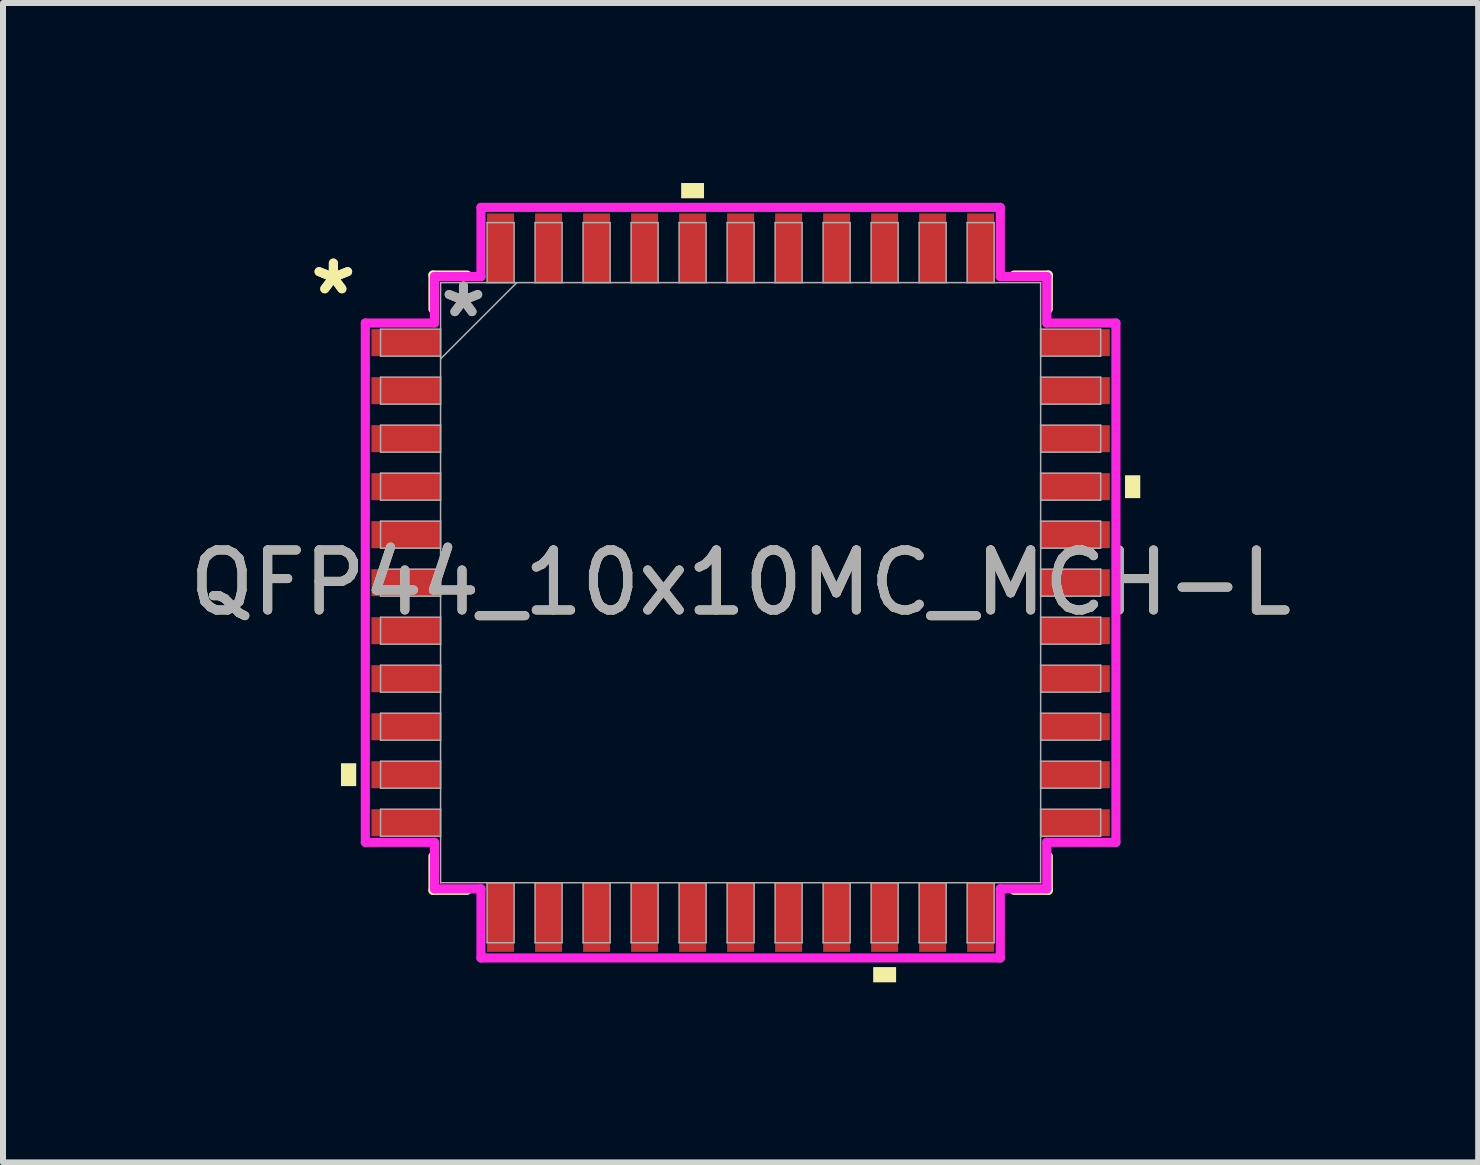
<source format=kicad_pcb>
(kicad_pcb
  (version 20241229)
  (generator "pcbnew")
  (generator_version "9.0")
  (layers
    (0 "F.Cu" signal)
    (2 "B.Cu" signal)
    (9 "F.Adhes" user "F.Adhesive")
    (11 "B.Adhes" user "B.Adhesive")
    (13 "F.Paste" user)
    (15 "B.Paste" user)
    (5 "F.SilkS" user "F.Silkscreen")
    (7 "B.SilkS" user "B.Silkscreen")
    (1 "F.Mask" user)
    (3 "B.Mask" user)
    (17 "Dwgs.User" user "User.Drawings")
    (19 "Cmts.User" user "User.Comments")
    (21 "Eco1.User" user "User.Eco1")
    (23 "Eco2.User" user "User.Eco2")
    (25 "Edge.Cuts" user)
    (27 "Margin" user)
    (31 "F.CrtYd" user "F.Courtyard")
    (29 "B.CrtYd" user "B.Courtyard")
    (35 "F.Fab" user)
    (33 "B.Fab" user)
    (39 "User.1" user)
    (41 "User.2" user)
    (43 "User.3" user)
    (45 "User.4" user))
  (footprint "QFP44_10x10MC_MCH-L"
    (layer "F.Cu")
    (at 9.292 6.66)
    (property "Reference" "QFP44_10x10MC_MCH-L" (at 0 0 0) (unlocked yes) (layer "F.SilkS") (effects (font (size 1 1) (thickness 0.15))))
    (attr smd)
    (fp_line (start -5.127 -5.127) (end -5.127 -4.558) (stroke (width 0.152) (type solid)) (layer "F.SilkS"))
    (fp_line (start -5.127 4.558) (end -5.127 5.127) (stroke (width 0.152) (type solid)) (layer "F.SilkS"))
    (fp_line (start -5.127 5.127) (end -4.558 5.127) (stroke (width 0.152) (type solid)) (layer "F.SilkS"))
    (fp_line (start -4.558 -5.127) (end -5.127 -5.127) (stroke (width 0.152) (type solid)) (layer "F.SilkS"))
    (fp_line (start 4.558 5.127) (end 5.127 5.127) (stroke (width 0.152) (type solid)) (layer "F.SilkS"))
    (fp_line (start 5.127 -5.127) (end 4.558 -5.127) (stroke (width 0.152) (type solid)) (layer "F.SilkS"))
    (fp_line (start 5.127 -4.558) (end 5.127 -5.127) (stroke (width 0.152) (type solid)) (layer "F.SilkS"))
    (fp_line (start 5.127 5.127) (end 5.127 4.558) (stroke (width 0.152) (type solid)) (layer "F.SilkS"))
    (fp_poly (pts (xy -6.66 3.009) (xy -6.66 3.39) (xy -6.406 3.39) (xy -6.406 3.009)) (stroke (width 0) (type solid)) (fill yes) (layer "F.SilkS"))
    (fp_poly (pts (xy -0.991 -6.406) (xy -0.991 -6.66) (xy -0.61 -6.66) (xy -0.61 -6.406)) (stroke (width 0) (type solid)) (fill yes) (layer "F.SilkS"))
    (fp_poly (pts (xy 2.209 6.406) (xy 2.209 6.66) (xy 2.591 6.66) (xy 2.591 6.406)) (stroke (width 0) (type solid)) (fill yes) (layer "F.SilkS"))
    (fp_poly (pts (xy 6.66 -1.79) (xy 6.66 -1.409) (xy 6.406 -1.409) (xy 6.406 -1.79)) (stroke (width 0) (type solid)) (fill yes) (layer "F.SilkS"))
    (fp_line (start -6.254 -4.327) (end -5.102 -4.327) (stroke (width 0.152) (type solid)) (layer "F.CrtYd"))
    (fp_line (start -6.254 4.327) (end -6.254 -4.327) (stroke (width 0.152) (type solid)) (layer "F.CrtYd"))
    (fp_line (start -5.102 -5.102) (end -4.327 -5.102) (stroke (width 0.152) (type solid)) (layer "F.CrtYd"))
    (fp_line (start -5.102 -4.327) (end -5.102 -5.102) (stroke (width 0.152) (type solid)) (layer "F.CrtYd"))
    (fp_line (start -5.102 4.327) (end -6.254 4.327) (stroke (width 0.152) (type solid)) (layer "F.CrtYd"))
    (fp_line (start -5.102 5.102) (end -5.102 4.327) (stroke (width 0.152) (type solid)) (layer "F.CrtYd"))
    (fp_line (start -5.102 5.102) (end -4.327 5.102) (stroke (width 0.152) (type solid)) (layer "F.CrtYd"))
    (fp_line (start -4.327 -6.254) (end 4.327 -6.254) (stroke (width 0.152) (type solid)) (layer "F.CrtYd"))
    (fp_line (start -4.327 -5.102) (end -4.327 -6.254) (stroke (width 0.152) (type solid)) (layer "F.CrtYd"))
    (fp_line (start -4.327 5.102) (end -4.327 6.254) (stroke (width 0.152) (type solid)) (layer "F.CrtYd"))
    (fp_line (start -4.327 6.254) (end 4.327 6.254) (stroke (width 0.152) (type solid)) (layer "F.CrtYd"))
    (fp_line (start 4.327 -6.254) (end 4.327 -5.102) (stroke (width 0.152) (type solid)) (layer "F.CrtYd"))
    (fp_line (start 4.327 -5.102) (end 5.102 -5.102) (stroke (width 0.152) (type solid)) (layer "F.CrtYd"))
    (fp_line (start 4.327 5.102) (end 5.102 5.102) (stroke (width 0.152) (type solid)) (layer "F.CrtYd"))
    (fp_line (start 4.327 6.254) (end 4.327 5.102) (stroke (width 0.152) (type solid)) (layer "F.CrtYd"))
    (fp_line (start 5.102 -4.327) (end 5.102 -5.102) (stroke (width 0.152) (type solid)) (layer "F.CrtYd"))
    (fp_line (start 5.102 4.327) (end 6.254 4.327) (stroke (width 0.152) (type solid)) (layer "F.CrtYd"))
    (fp_line (start 5.102 5.102) (end 5.102 4.327) (stroke (width 0.152) (type solid)) (layer "F.CrtYd"))
    (fp_line (start 6.254 -4.327) (end 5.102 -4.327) (stroke (width 0.152) (type solid)) (layer "F.CrtYd"))
    (fp_line (start 6.254 4.327) (end 6.254 -4.327) (stroke (width 0.152) (type solid)) (layer "F.CrtYd"))
    (fp_line (start -6 -4.225) (end -6 -3.775) (stroke (width 0.025) (type solid)) (layer "F.Fab"))
    (fp_line (start -6 -3.775) (end -5 -3.775) (stroke (width 0.025) (type solid)) (layer "F.Fab"))
    (fp_line (start -6 -3.425) (end -6 -2.975) (stroke (width 0.025) (type solid)) (layer "F.Fab"))
    (fp_line (start -6 -2.975) (end -5 -2.975) (stroke (width 0.025) (type solid)) (layer "F.Fab"))
    (fp_line (start -6 -2.625) (end -6 -2.175) (stroke (width 0.025) (type solid)) (layer "F.Fab"))
    (fp_line (start -6 -2.175) (end -5 -2.175) (stroke (width 0.025) (type solid)) (layer "F.Fab"))
    (fp_line (start -6 -1.825) (end -6 -1.375) (stroke (width 0.025) (type solid)) (layer "F.Fab"))
    (fp_line (start -6 -1.375) (end -5 -1.375) (stroke (width 0.025) (type solid)) (layer "F.Fab"))
    (fp_line (start -6 -1.025) (end -6 -0.575) (stroke (width 0.025) (type solid)) (layer "F.Fab"))
    (fp_line (start -6 -0.575) (end -5 -0.575) (stroke (width 0.025) (type solid)) (layer "F.Fab"))
    (fp_line (start -6 -0.225) (end -6 0.225) (stroke (width 0.025) (type solid)) (layer "F.Fab"))
    (fp_line (start -6 0.225) (end -5 0.225) (stroke (width 0.025) (type solid)) (layer "F.Fab"))
    (fp_line (start -6 0.575) (end -6 1.025) (stroke (width 0.025) (type solid)) (layer "F.Fab"))
    (fp_line (start -6 1.025) (end -5 1.025) (stroke (width 0.025) (type solid)) (layer "F.Fab"))
    (fp_line (start -6 1.375) (end -6 1.825) (stroke (width 0.025) (type solid)) (layer "F.Fab"))
    (fp_line (start -6 1.825) (end -5 1.825) (stroke (width 0.025) (type solid)) (layer "F.Fab"))
    (fp_line (start -6 2.175) (end -6 2.625) (stroke (width 0.025) (type solid)) (layer "F.Fab"))
    (fp_line (start -6 2.625) (end -5 2.625) (stroke (width 0.025) (type solid)) (layer "F.Fab"))
    (fp_line (start -6 2.975) (end -6 3.425) (stroke (width 0.025) (type solid)) (layer "F.Fab"))
    (fp_line (start -6 3.425) (end -5 3.425) (stroke (width 0.025) (type solid)) (layer "F.Fab"))
    (fp_line (start -6 3.775) (end -6 4.225) (stroke (width 0.025) (type solid)) (layer "F.Fab"))
    (fp_line (start -6 4.225) (end -5 4.225) (stroke (width 0.025) (type solid)) (layer "F.Fab"))
    (fp_line (start -5 -5) (end -5 5) (stroke (width 0.025) (type solid)) (layer "F.Fab"))
    (fp_line (start -5 -4.225) (end -6 -4.225) (stroke (width 0.025) (type solid)) (layer "F.Fab"))
    (fp_line (start -5 -3.775) (end -5 -4.225) (stroke (width 0.025) (type solid)) (layer "F.Fab"))
    (fp_line (start -5 -3.73) (end -3.73 -5) (stroke (width 0.025) (type solid)) (layer "F.Fab"))
    (fp_line (start -5 -3.425) (end -6 -3.425) (stroke (width 0.025) (type solid)) (layer "F.Fab"))
    (fp_line (start -5 -2.975) (end -5 -3.425) (stroke (width 0.025) (type solid)) (layer "F.Fab"))
    (fp_line (start -5 -2.625) (end -6 -2.625) (stroke (width 0.025) (type solid)) (layer "F.Fab"))
    (fp_line (start -5 -2.175) (end -5 -2.625) (stroke (width 0.025) (type solid)) (layer "F.Fab"))
    (fp_line (start -5 -1.825) (end -6 -1.825) (stroke (width 0.025) (type solid)) (layer "F.Fab"))
    (fp_line (start -5 -1.375) (end -5 -1.825) (stroke (width 0.025) (type solid)) (layer "F.Fab"))
    (fp_line (start -5 -1.025) (end -6 -1.025) (stroke (width 0.025) (type solid)) (layer "F.Fab"))
    (fp_line (start -5 -0.575) (end -5 -1.025) (stroke (width 0.025) (type solid)) (layer "F.Fab"))
    (fp_line (start -5 -0.225) (end -6 -0.225) (stroke (width 0.025) (type solid)) (layer "F.Fab"))
    (fp_line (start -5 0.225) (end -5 -0.225) (stroke (width 0.025) (type solid)) (layer "F.Fab"))
    (fp_line (start -5 0.575) (end -6 0.575) (stroke (width 0.025) (type solid)) (layer "F.Fab"))
    (fp_line (start -5 1.025) (end -5 0.575) (stroke (width 0.025) (type solid)) (layer "F.Fab"))
    (fp_line (start -5 1.375) (end -6 1.375) (stroke (width 0.025) (type solid)) (layer "F.Fab"))
    (fp_line (start -5 1.825) (end -5 1.375) (stroke (width 0.025) (type solid)) (layer "F.Fab"))
    (fp_line (start -5 2.175) (end -6 2.175) (stroke (width 0.025) (type solid)) (layer "F.Fab"))
    (fp_line (start -5 2.625) (end -5 2.175) (stroke (width 0.025) (type solid)) (layer "F.Fab"))
    (fp_line (start -5 2.975) (end -6 2.975) (stroke (width 0.025) (type solid)) (layer "F.Fab"))
    (fp_line (start -5 3.425) (end -5 2.975) (stroke (width 0.025) (type solid)) (layer "F.Fab"))
    (fp_line (start -5 3.775) (end -6 3.775) (stroke (width 0.025) (type solid)) (layer "F.Fab"))
    (fp_line (start -5 4.225) (end -5 3.775) (stroke (width 0.025) (type solid)) (layer "F.Fab"))
    (fp_line (start -5 5) (end 5 5) (stroke (width 0.025) (type solid)) (layer "F.Fab"))
    (fp_line (start -4.225 5) (end -4.225 6) (stroke (width 0.025) (type solid)) (layer "F.Fab"))
    (fp_line (start -4.225 6) (end -3.775 6) (stroke (width 0.025) (type solid)) (layer "F.Fab"))
    (fp_line (start -4.225 -6) (end -4.225 -5) (stroke (width 0.025) (type solid)) (layer "F.Fab"))
    (fp_line (start -4.225 -5) (end -3.775 -5) (stroke (width 0.025) (type solid)) (layer "F.Fab"))
    (fp_line (start -3.775 5) (end -4.225 5) (stroke (width 0.025) (type solid)) (layer "F.Fab"))
    (fp_line (start -3.775 6) (end -3.775 5) (stroke (width 0.025) (type solid)) (layer "F.Fab"))
    (fp_line (start -3.775 -6) (end -4.225 -6) (stroke (width 0.025) (type solid)) (layer "F.Fab"))
    (fp_line (start -3.775 -5) (end -3.775 -6) (stroke (width 0.025) (type solid)) (layer "F.Fab"))
    (fp_line (start -3.425 -6) (end -3.425 -5) (stroke (width 0.025) (type solid)) (layer "F.Fab"))
    (fp_line (start -3.425 -5) (end -2.975 -5) (stroke (width 0.025) (type solid)) (layer "F.Fab"))
    (fp_line (start -3.425 5) (end -3.425 6) (stroke (width 0.025) (type solid)) (layer "F.Fab"))
    (fp_line (start -3.425 6) (end -2.975 6) (stroke (width 0.025) (type solid)) (layer "F.Fab"))
    (fp_line (start -2.975 5) (end -3.425 5) (stroke (width 0.025) (type solid)) (layer "F.Fab"))
    (fp_line (start -2.975 6) (end -2.975 5) (stroke (width 0.025) (type solid)) (layer "F.Fab"))
    (fp_line (start -2.975 -6) (end -3.425 -6) (stroke (width 0.025) (type solid)) (layer "F.Fab"))
    (fp_line (start -2.975 -5) (end -2.975 -6) (stroke (width 0.025) (type solid)) (layer "F.Fab"))
    (fp_line (start -2.625 -6) (end -2.625 -5) (stroke (width 0.025) (type solid)) (layer "F.Fab"))
    (fp_line (start -2.625 -5) (end -2.175 -5) (stroke (width 0.025) (type solid)) (layer "F.Fab"))
    (fp_line (start -2.625 5) (end -2.625 6) (stroke (width 0.025) (type solid)) (layer "F.Fab"))
    (fp_line (start -2.625 6) (end -2.175 6) (stroke (width 0.025) (type solid)) (layer "F.Fab"))
    (fp_line (start -2.175 -6) (end -2.625 -6) (stroke (width 0.025) (type solid)) (layer "F.Fab"))
    (fp_line (start -2.175 -5) (end -2.175 -6) (stroke (width 0.025) (type solid)) (layer "F.Fab"))
    (fp_line (start -2.175 5) (end -2.625 5) (stroke (width 0.025) (type solid)) (layer "F.Fab"))
    (fp_line (start -2.175 6) (end -2.175 5) (stroke (width 0.025) (type solid)) (layer "F.Fab"))
    (fp_line (start -1.825 -6) (end -1.825 -5) (stroke (width 0.025) (type solid)) (layer "F.Fab"))
    (fp_line (start -1.825 -5) (end -1.375 -5) (stroke (width 0.025) (type solid)) (layer "F.Fab"))
    (fp_line (start -1.825 5) (end -1.825 6) (stroke (width 0.025) (type solid)) (layer "F.Fab"))
    (fp_line (start -1.825 6) (end -1.375 6) (stroke (width 0.025) (type solid)) (layer "F.Fab"))
    (fp_line (start -1.375 -6) (end -1.825 -6) (stroke (width 0.025) (type solid)) (layer "F.Fab"))
    (fp_line (start -1.375 -5) (end -1.375 -6) (stroke (width 0.025) (type solid)) (layer "F.Fab"))
    (fp_line (start -1.375 5) (end -1.825 5) (stroke (width 0.025) (type solid)) (layer "F.Fab"))
    (fp_line (start -1.375 6) (end -1.375 5) (stroke (width 0.025) (type solid)) (layer "F.Fab"))
    (fp_line (start -1.025 -6) (end -1.025 -5) (stroke (width 0.025) (type solid)) (layer "F.Fab"))
    (fp_line (start -1.025 -5) (end -0.575 -5) (stroke (width 0.025) (type solid)) (layer "F.Fab"))
    (fp_line (start -1.025 5) (end -1.025 6) (stroke (width 0.025) (type solid)) (layer "F.Fab"))
    (fp_line (start -1.025 6) (end -0.575 6) (stroke (width 0.025) (type solid)) (layer "F.Fab"))
    (fp_line (start -0.575 -6) (end -1.025 -6) (stroke (width 0.025) (type solid)) (layer "F.Fab"))
    (fp_line (start -0.575 -5) (end -0.575 -6) (stroke (width 0.025) (type solid)) (layer "F.Fab"))
    (fp_line (start -0.575 5) (end -1.025 5) (stroke (width 0.025) (type solid)) (layer "F.Fab"))
    (fp_line (start -0.575 6) (end -0.575 5) (stroke (width 0.025) (type solid)) (layer "F.Fab"))
    (fp_line (start -0.225 -6) (end -0.225 -5) (stroke (width 0.025) (type solid)) (layer "F.Fab"))
    (fp_line (start -0.225 -5) (end 0.225 -5) (stroke (width 0.025) (type solid)) (layer "F.Fab"))
    (fp_line (start -0.225 5) (end -0.225 6) (stroke (width 0.025) (type solid)) (layer "F.Fab"))
    (fp_line (start -0.225 6) (end 0.225 6) (stroke (width 0.025) (type solid)) (layer "F.Fab"))
    (fp_line (start 0.225 -6) (end -0.225 -6) (stroke (width 0.025) (type solid)) (layer "F.Fab"))
    (fp_line (start 0.225 -5) (end 0.225 -6) (stroke (width 0.025) (type solid)) (layer "F.Fab"))
    (fp_line (start 0.225 5) (end -0.225 5) (stroke (width 0.025) (type solid)) (layer "F.Fab"))
    (fp_line (start 0.225 6) (end 0.225 5) (stroke (width 0.025) (type solid)) (layer "F.Fab"))
    (fp_line (start 0.575 -6) (end 0.575 -5) (stroke (width 0.025) (type solid)) (layer "F.Fab"))
    (fp_line (start 0.575 -5) (end 1.025 -5) (stroke (width 0.025) (type solid)) (layer "F.Fab"))
    (fp_line (start 0.575 5) (end 0.575 6) (stroke (width 0.025) (type solid)) (layer "F.Fab"))
    (fp_line (start 0.575 6) (end 1.025 6) (stroke (width 0.025) (type solid)) (layer "F.Fab"))
    (fp_line (start 1.025 -6) (end 0.575 -6) (stroke (width 0.025) (type solid)) (layer "F.Fab"))
    (fp_line (start 1.025 -5) (end 1.025 -6) (stroke (width 0.025) (type solid)) (layer "F.Fab"))
    (fp_line (start 1.025 5) (end 0.575 5) (stroke (width 0.025) (type solid)) (layer "F.Fab"))
    (fp_line (start 1.025 6) (end 1.025 5) (stroke (width 0.025) (type solid)) (layer "F.Fab"))
    (fp_line (start 1.375 -6) (end 1.375 -5) (stroke (width 0.025) (type solid)) (layer "F.Fab"))
    (fp_line (start 1.375 -5) (end 1.825 -5) (stroke (width 0.025) (type solid)) (layer "F.Fab"))
    (fp_line (start 1.375 5) (end 1.375 6) (stroke (width 0.025) (type solid)) (layer "F.Fab"))
    (fp_line (start 1.375 6) (end 1.825 6) (stroke (width 0.025) (type solid)) (layer "F.Fab"))
    (fp_line (start 1.825 -6) (end 1.375 -6) (stroke (width 0.025) (type solid)) (layer "F.Fab"))
    (fp_line (start 1.825 -5) (end 1.825 -6) (stroke (width 0.025) (type solid)) (layer "F.Fab"))
    (fp_line (start 1.825 5) (end 1.375 5) (stroke (width 0.025) (type solid)) (layer "F.Fab"))
    (fp_line (start 1.825 6) (end 1.825 5) (stroke (width 0.025) (type solid)) (layer "F.Fab"))
    (fp_line (start 2.175 -6) (end 2.175 -5) (stroke (width 0.025) (type solid)) (layer "F.Fab"))
    (fp_line (start 2.175 -5) (end 2.625 -5) (stroke (width 0.025) (type solid)) (layer "F.Fab"))
    (fp_line (start 2.175 5) (end 2.175 6) (stroke (width 0.025) (type solid)) (layer "F.Fab"))
    (fp_line (start 2.175 6) (end 2.625 6) (stroke (width 0.025) (type solid)) (layer "F.Fab"))
    (fp_line (start 2.625 -6) (end 2.175 -6) (stroke (width 0.025) (type solid)) (layer "F.Fab"))
    (fp_line (start 2.625 -5) (end 2.625 -6) (stroke (width 0.025) (type solid)) (layer "F.Fab"))
    (fp_line (start 2.625 5) (end 2.175 5) (stroke (width 0.025) (type solid)) (layer "F.Fab"))
    (fp_line (start 2.625 6) (end 2.625 5) (stroke (width 0.025) (type solid)) (layer "F.Fab"))
    (fp_line (start 2.975 5) (end 2.975 6) (stroke (width 0.025) (type solid)) (layer "F.Fab"))
    (fp_line (start 2.975 6) (end 3.425 6) (stroke (width 0.025) (type solid)) (layer "F.Fab"))
    (fp_line (start 2.975 -6) (end 2.975 -5) (stroke (width 0.025) (type solid)) (layer "F.Fab"))
    (fp_line (start 2.975 -5) (end 3.425 -5) (stroke (width 0.025) (type solid)) (layer "F.Fab"))
    (fp_line (start 3.425 -6) (end 2.975 -6) (stroke (width 0.025) (type solid)) (layer "F.Fab"))
    (fp_line (start 3.425 -5) (end 3.425 -6) (stroke (width 0.025) (type solid)) (layer "F.Fab"))
    (fp_line (start 3.425 5) (end 2.975 5) (stroke (width 0.025) (type solid)) (layer "F.Fab"))
    (fp_line (start 3.425 6) (end 3.425 5) (stroke (width 0.025) (type solid)) (layer "F.Fab"))
    (fp_line (start 3.775 5) (end 3.775 6) (stroke (width 0.025) (type solid)) (layer "F.Fab"))
    (fp_line (start 3.775 6) (end 4.225 6) (stroke (width 0.025) (type solid)) (layer "F.Fab"))
    (fp_line (start 3.775 -6) (end 3.775 -5) (stroke (width 0.025) (type solid)) (layer "F.Fab"))
    (fp_line (start 3.775 -5) (end 4.225 -5) (stroke (width 0.025) (type solid)) (layer "F.Fab"))
    (fp_line (start 4.225 5) (end 3.775 5) (stroke (width 0.025) (type solid)) (layer "F.Fab"))
    (fp_line (start 4.225 6) (end 4.225 5) (stroke (width 0.025) (type solid)) (layer "F.Fab"))
    (fp_line (start 4.225 -6) (end 3.775 -6) (stroke (width 0.025) (type solid)) (layer "F.Fab"))
    (fp_line (start 4.225 -5) (end 4.225 -6) (stroke (width 0.025) (type solid)) (layer "F.Fab"))
    (fp_line (start 5 -5) (end -5 -5) (stroke (width 0.025) (type solid)) (layer "F.Fab"))
    (fp_line (start 5 -4.225) (end 5 -3.775) (stroke (width 0.025) (type solid)) (layer "F.Fab"))
    (fp_line (start 5 -3.775) (end 6 -3.775) (stroke (width 0.025) (type solid)) (layer "F.Fab"))
    (fp_line (start 5 -3.425) (end 5 -2.975) (stroke (width 0.025) (type solid)) (layer "F.Fab"))
    (fp_line (start 5 -2.975) (end 6 -2.975) (stroke (width 0.025) (type solid)) (layer "F.Fab"))
    (fp_line (start 5 -2.625) (end 5 -2.175) (stroke (width 0.025) (type solid)) (layer "F.Fab"))
    (fp_line (start 5 -2.175) (end 6 -2.175) (stroke (width 0.025) (type solid)) (layer "F.Fab"))
    (fp_line (start 5 -1.825) (end 5 -1.375) (stroke (width 0.025) (type solid)) (layer "F.Fab"))
    (fp_line (start 5 -1.375) (end 6 -1.375) (stroke (width 0.025) (type solid)) (layer "F.Fab"))
    (fp_line (start 5 -1.025) (end 5 -0.575) (stroke (width 0.025) (type solid)) (layer "F.Fab"))
    (fp_line (start 5 -0.575) (end 6 -0.575) (stroke (width 0.025) (type solid)) (layer "F.Fab"))
    (fp_line (start 5 -0.225) (end 5 0.225) (stroke (width 0.025) (type solid)) (layer "F.Fab"))
    (fp_line (start 5 0.225) (end 6 0.225) (stroke (width 0.025) (type solid)) (layer "F.Fab"))
    (fp_line (start 5 0.575) (end 5 1.025) (stroke (width 0.025) (type solid)) (layer "F.Fab"))
    (fp_line (start 5 1.025) (end 6 1.025) (stroke (width 0.025) (type solid)) (layer "F.Fab"))
    (fp_line (start 5 1.375) (end 5 1.825) (stroke (width 0.025) (type solid)) (layer "F.Fab"))
    (fp_line (start 5 1.825) (end 6 1.825) (stroke (width 0.025) (type solid)) (layer "F.Fab"))
    (fp_line (start 5 2.175) (end 5 2.625) (stroke (width 0.025) (type solid)) (layer "F.Fab"))
    (fp_line (start 5 2.625) (end 6 2.625) (stroke (width 0.025) (type solid)) (layer "F.Fab"))
    (fp_line (start 5 2.975) (end 5 3.425) (stroke (width 0.025) (type solid)) (layer "F.Fab"))
    (fp_line (start 5 3.425) (end 6 3.425) (stroke (width 0.025) (type solid)) (layer "F.Fab"))
    (fp_line (start 5 3.775) (end 5 4.225) (stroke (width 0.025) (type solid)) (layer "F.Fab"))
    (fp_line (start 5 4.225) (end 6 4.225) (stroke (width 0.025) (type solid)) (layer "F.Fab"))
    (fp_line (start 5 5) (end 5 -5) (stroke (width 0.025) (type solid)) (layer "F.Fab"))
    (fp_line (start 6 -4.225) (end 5 -4.225) (stroke (width 0.025) (type solid)) (layer "F.Fab"))
    (fp_line (start 6 -3.775) (end 6 -4.225) (stroke (width 0.025) (type solid)) (layer "F.Fab"))
    (fp_line (start 6 -3.425) (end 5 -3.425) (stroke (width 0.025) (type solid)) (layer "F.Fab"))
    (fp_line (start 6 -2.975) (end 6 -3.425) (stroke (width 0.025) (type solid)) (layer "F.Fab"))
    (fp_line (start 6 -2.625) (end 5 -2.625) (stroke (width 0.025) (type solid)) (layer "F.Fab"))
    (fp_line (start 6 -2.175) (end 6 -2.625) (stroke (width 0.025) (type solid)) (layer "F.Fab"))
    (fp_line (start 6 -1.825) (end 5 -1.825) (stroke (width 0.025) (type solid)) (layer "F.Fab"))
    (fp_line (start 6 -1.375) (end 6 -1.825) (stroke (width 0.025) (type solid)) (layer "F.Fab"))
    (fp_line (start 6 -1.025) (end 5 -1.025) (stroke (width 0.025) (type solid)) (layer "F.Fab"))
    (fp_line (start 6 -0.575) (end 6 -1.025) (stroke (width 0.025) (type solid)) (layer "F.Fab"))
    (fp_line (start 6 -0.225) (end 5 -0.225) (stroke (width 0.025) (type solid)) (layer "F.Fab"))
    (fp_line (start 6 0.225) (end 6 -0.225) (stroke (width 0.025) (type solid)) (layer "F.Fab"))
    (fp_line (start 6 0.575) (end 5 0.575) (stroke (width 0.025) (type solid)) (layer "F.Fab"))
    (fp_line (start 6 1.025) (end 6 0.575) (stroke (width 0.025) (type solid)) (layer "F.Fab"))
    (fp_line (start 6 1.375) (end 5 1.375) (stroke (width 0.025) (type solid)) (layer "F.Fab"))
    (fp_line (start 6 1.825) (end 6 1.375) (stroke (width 0.025) (type solid)) (layer "F.Fab"))
    (fp_line (start 6 2.175) (end 5 2.175) (stroke (width 0.025) (type solid)) (layer "F.Fab"))
    (fp_line (start 6 2.625) (end 6 2.175) (stroke (width 0.025) (type solid)) (layer "F.Fab"))
    (fp_line (start 6 2.975) (end 5 2.975) (stroke (width 0.025) (type solid)) (layer "F.Fab"))
    (fp_line (start 6 3.425) (end 6 2.975) (stroke (width 0.025) (type solid)) (layer "F.Fab"))
    (fp_line (start 6 3.775) (end 5 3.775) (stroke (width 0.025) (type solid)) (layer "F.Fab"))
    (fp_line (start 6 4.225) (end 6 3.775) (stroke (width 0.025) (type solid)) (layer "F.Fab"))
    (fp_text user "*" (at -6.787 -4.781 0) (layer "F.SilkS") (effects (font (size 1 1) (thickness 0.15))))
    (fp_text user "*" (at -6.787 -4.781 0) (unlocked yes) (layer "F.SilkS") (effects (font (size 1 1) (thickness 0.15))))
    (fp_text user "*" (at -4.619 -4.4 0) (unlocked yes) (layer "F.Fab") (effects (font (size 1 1) (thickness 0.15))))
    (fp_text user "*" (at -4.619 -4.4 0) (layer "F.Fab") (effects (font (size 1 1) (thickness 0.15))))
    (fp_text user "${REFERENCE}" (at 0 0 0) (unlocked yes) (layer "F.Fab") (effects (font (size 1 1) (thickness 0.15))))
    (pad "1" smd rect (at -5.576 -4 90) (size 0.45 1.152) (layers "F.Cu" "F.Mask" "F.Paste"))
    (pad "2" smd rect (at -5.576 -3.2 90) (size 0.45 1.152) (layers "F.Cu" "F.Mask" "F.Paste"))
    (pad "3" smd rect (at -5.576 -2.4 90) (size 0.45 1.152) (layers "F.Cu" "F.Mask" "F.Paste"))
    (pad "4" smd rect (at -5.576 -1.6 90) (size 0.45 1.152) (layers "F.Cu" "F.Mask" "F.Paste"))
    (pad "5" smd rect (at -5.576 -0.8 90) (size 0.45 1.152) (layers "F.Cu" "F.Mask" "F.Paste"))
    (pad "6" smd rect (at -5.576 0 90) (size 0.45 1.152) (layers "F.Cu" "F.Mask" "F.Paste"))
    (pad "7" smd rect (at -5.576 0.8 90) (size 0.45 1.152) (layers "F.Cu" "F.Mask" "F.Paste"))
    (pad "8" smd rect (at -5.576 1.6 90) (size 0.45 1.152) (layers "F.Cu" "F.Mask" "F.Paste"))
    (pad "9" smd rect (at -5.576 2.4 90) (size 0.45 1.152) (layers "F.Cu" "F.Mask" "F.Paste"))
    (pad "10" smd rect (at -5.576 3.2 90) (size 0.45 1.152) (layers "F.Cu" "F.Mask" "F.Paste"))
    (pad "11" smd rect (at -5.576 4 90) (size 0.45 1.152) (layers "F.Cu" "F.Mask" "F.Paste"))
    (pad "12" smd rect (at -4 5.576) (size 0.45 1.152) (layers "F.Cu" "F.Mask" "F.Paste"))
    (pad "13" smd rect (at -3.2 5.576) (size 0.45 1.152) (layers "F.Cu" "F.Mask" "F.Paste"))
    (pad "14" smd rect (at -2.4 5.576) (size 0.45 1.152) (layers "F.Cu" "F.Mask" "F.Paste"))
    (pad "15" smd rect (at -1.6 5.576) (size 0.45 1.152) (layers "F.Cu" "F.Mask" "F.Paste"))
    (pad "16" smd rect (at -0.8 5.576) (size 0.45 1.152) (layers "F.Cu" "F.Mask" "F.Paste"))
    (pad "17" smd rect (at 0 5.576) (size 0.45 1.152) (layers "F.Cu" "F.Mask" "F.Paste"))
    (pad "18" smd rect (at 0.8 5.576) (size 0.45 1.152) (layers "F.Cu" "F.Mask" "F.Paste"))
    (pad "19" smd rect (at 1.6 5.576) (size 0.45 1.152) (layers "F.Cu" "F.Mask" "F.Paste"))
    (pad "20" smd rect (at 2.4 5.576) (size 0.45 1.152) (layers "F.Cu" "F.Mask" "F.Paste"))
    (pad "21" smd rect (at 3.2 5.576) (size 0.45 1.152) (layers "F.Cu" "F.Mask" "F.Paste"))
    (pad "22" smd rect (at 4 5.576) (size 0.45 1.152) (layers "F.Cu" "F.Mask" "F.Paste"))
    (pad "23" smd rect (at 5.576 4 90) (size 0.45 1.152) (layers "F.Cu" "F.Mask" "F.Paste"))
    (pad "24" smd rect (at 5.576 3.2 90) (size 0.45 1.152) (layers "F.Cu" "F.Mask" "F.Paste"))
    (pad "25" smd rect (at 5.576 2.4 90) (size 0.45 1.152) (layers "F.Cu" "F.Mask" "F.Paste"))
    (pad "26" smd rect (at 5.576 1.6 90) (size 0.45 1.152) (layers "F.Cu" "F.Mask" "F.Paste"))
    (pad "27" smd rect (at 5.576 0.8 90) (size 0.45 1.152) (layers "F.Cu" "F.Mask" "F.Paste"))
    (pad "28" smd rect (at 5.576 0 90) (size 0.45 1.152) (layers "F.Cu" "F.Mask" "F.Paste"))
    (pad "29" smd rect (at 5.576 -0.8 90) (size 0.45 1.152) (layers "F.Cu" "F.Mask" "F.Paste"))
    (pad "30" smd rect (at 5.576 -1.6 90) (size 0.45 1.152) (layers "F.Cu" "F.Mask" "F.Paste"))
    (pad "31" smd rect (at 5.576 -2.4 90) (size 0.45 1.152) (layers "F.Cu" "F.Mask" "F.Paste"))
    (pad "32" smd rect (at 5.576 -3.2 90) (size 0.45 1.152) (layers "F.Cu" "F.Mask" "F.Paste"))
    (pad "33" smd rect (at 5.576 -4 90) (size 0.45 1.152) (layers "F.Cu" "F.Mask" "F.Paste"))
    (pad "34" smd rect (at 4 -5.576) (size 0.45 1.152) (layers "F.Cu" "F.Mask" "F.Paste"))
    (pad "35" smd rect (at 3.2 -5.576) (size 0.45 1.152) (layers "F.Cu" "F.Mask" "F.Paste"))
    (pad "36" smd rect (at 2.4 -5.576) (size 0.45 1.152) (layers "F.Cu" "F.Mask" "F.Paste"))
    (pad "37" smd rect (at 1.6 -5.576) (size 0.45 1.152) (layers "F.Cu" "F.Mask" "F.Paste"))
    (pad "38" smd rect (at 0.8 -5.576) (size 0.45 1.152) (layers "F.Cu" "F.Mask" "F.Paste"))
    (pad "39" smd rect (at 0 -5.576) (size 0.45 1.152) (layers "F.Cu" "F.Mask" "F.Paste"))
    (pad "40" smd rect (at -0.8 -5.576) (size 0.45 1.152) (layers "F.Cu" "F.Mask" "F.Paste"))
    (pad "41" smd rect (at -1.6 -5.576) (size 0.45 1.152) (layers "F.Cu" "F.Mask" "F.Paste"))
    (pad "42" smd rect (at -2.4 -5.576) (size 0.45 1.152) (layers "F.Cu" "F.Mask" "F.Paste"))
    (pad "43" smd rect (at -3.2 -5.576) (size 0.45 1.152) (layers "F.Cu" "F.Mask" "F.Paste"))
    (pad "44" smd rect (at -4 -5.576) (size 0.45 1.152) (layers "F.Cu" "F.Mask" "F.Paste")))
  (gr_rect
    (start -3 -3)
    (end 21.583 16.321)
    (stroke (width 0.1) (type default))
    (fill no)
    (layer "Edge.Cuts")))
</source>
